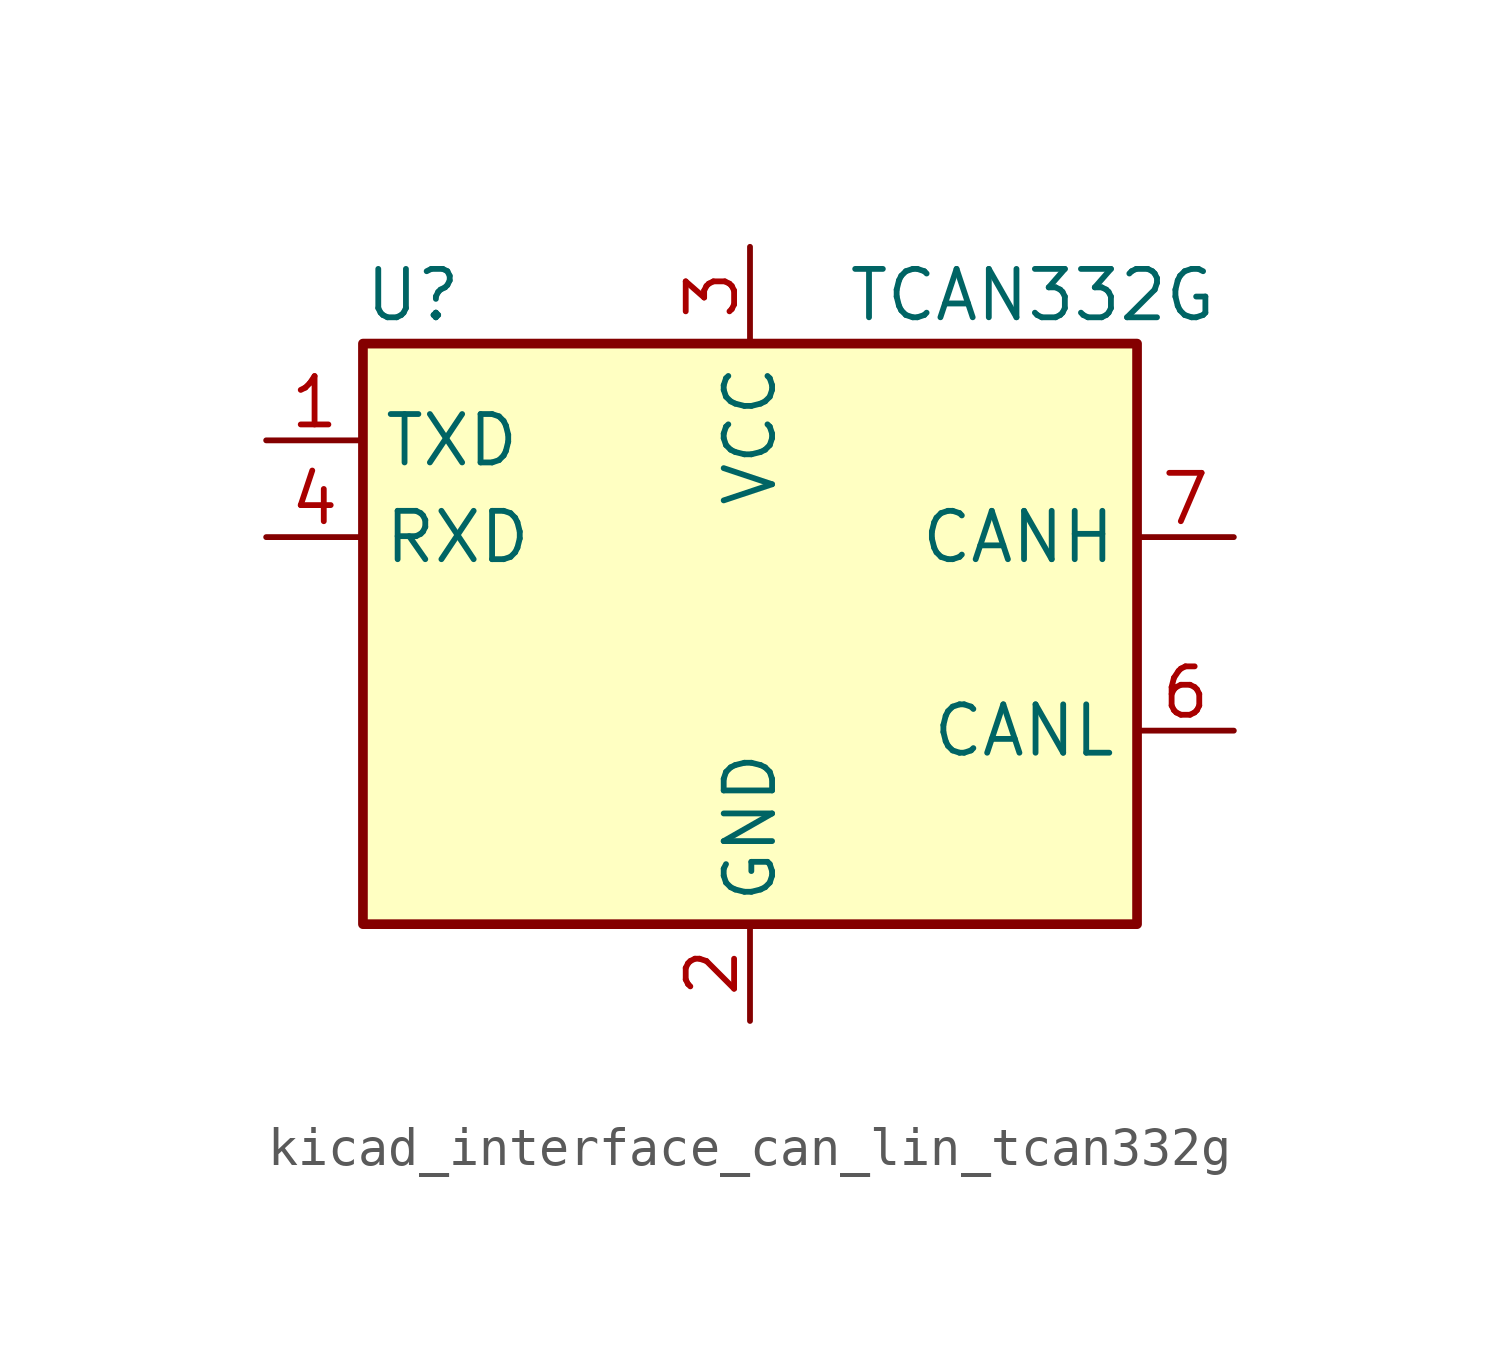
<source format=kicad_sym>
(kicad_symbol_lib
  (version 20220914)
  (generator kicad_symbol_editor)
  (symbol "kicad_interface_can_lin_tcan332g"
    (property "Reference" "U"
      (at -10.16 8.89 0)
      (effects (font (size 1.27 1.27)) (justify left)))
    (property "Value" "TCAN332G"
      (at 2.54 8.89 0)
      (effects (font (size 1.27 1.27)) (justify left)))
    (symbol "kicad_interface_can_lin_tcan332g_0_1"
      (rectangle (start -10.16 7.62) (end 10.16 -7.62) (stroke (width 0.254) (type default)) (fill (type background))))
    (symbol "kicad_interface_can_lin_tcan332g_1_1"
      (pin input line (at -12.7 5.08 0) (length 2.54) (name "TXD" (effects (font (size 1.27 1.27)))) (number "1" (effects (font (size 1.27 1.27)))))
      (pin power_in line (at 0 -10.16 90) (length 2.54) (name "GND" (effects (font (size 1.27 1.27)))) (number "2" (effects (font (size 1.27 1.27)))))
      (pin power_in line (at 0 10.16 270) (length 2.54) (name "VCC" (effects (font (size 1.27 1.27)))) (number "3" (effects (font (size 1.27 1.27)))))
      (pin tri_state line (at -12.7 2.54 0) (length 2.54) (name "RXD" (effects (font (size 1.27 1.27)))) (number "4" (effects (font (size 1.27 1.27)))))
      (pin no_connect line (at -10.16 -2.54 0) (length 2.54) hide (name "NC" (effects (font (size 1.27 1.27)))) (number "5" (effects (font (size 1.27 1.27)))))
      (pin bidirectional line (at 12.7 -2.54 180) (length 2.54) (name "CANL" (effects (font (size 1.27 1.27)))) (number "6" (effects (font (size 1.27 1.27)))))
      (pin bidirectional line (at 12.7 2.54 180) (length 2.54) (name "CANH" (effects (font (size 1.27 1.27)))) (number "7" (effects (font (size 1.27 1.27)))))
      (pin no_connect line (at -10.16 -5.08 0) (length 2.54) hide (name "NC" (effects (font (size 1.27 1.27)))) (number "8" (effects (font (size 1.27 1.27))))))))
</source>
